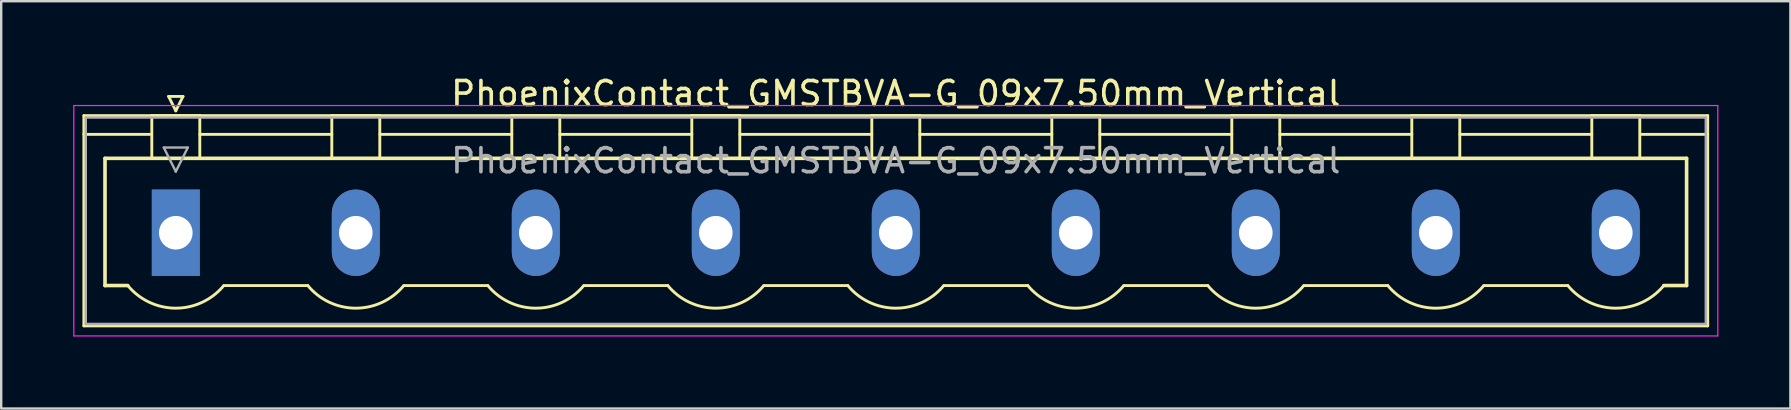
<source format=kicad_pcb>
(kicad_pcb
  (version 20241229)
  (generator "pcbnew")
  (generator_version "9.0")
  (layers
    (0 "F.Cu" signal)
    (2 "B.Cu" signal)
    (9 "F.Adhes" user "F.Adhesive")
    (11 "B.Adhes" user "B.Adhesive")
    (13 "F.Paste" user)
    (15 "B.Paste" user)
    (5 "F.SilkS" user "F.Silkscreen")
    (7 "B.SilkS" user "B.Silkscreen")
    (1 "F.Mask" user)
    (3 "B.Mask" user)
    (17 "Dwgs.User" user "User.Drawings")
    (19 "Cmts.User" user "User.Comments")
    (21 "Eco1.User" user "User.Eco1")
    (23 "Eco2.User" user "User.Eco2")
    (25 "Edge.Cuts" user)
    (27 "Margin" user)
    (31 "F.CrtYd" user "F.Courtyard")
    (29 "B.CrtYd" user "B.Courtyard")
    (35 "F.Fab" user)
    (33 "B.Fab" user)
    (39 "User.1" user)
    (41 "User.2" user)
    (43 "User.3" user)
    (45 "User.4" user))
  (footprint "PhoenixContact_GMSTBVA-G_09x7.50mm_Vertical"
    (layer "F.Cu")
    (at 4.275 6.648)
    (property "Reference" "PhoenixContact_GMSTBVA-G_09x7.50mm_Vertical" (at 30 -5.8 0) (layer "F.SilkS") (effects (font (size 1 1) (thickness 0.15))))
    (attr through_hole)
    (fp_line (start -3.83 -4.88) (end -3.83 3.88) (stroke (width 0.12) (type solid)) (layer "F.SilkS"))
    (fp_line (start -3.83 -4.1) (end -1.08 -4.1) (stroke (width 0.12) (type solid)) (layer "F.SilkS"))
    (fp_line (start -3.83 3.88) (end 63.83 3.88) (stroke (width 0.12) (type solid)) (layer "F.SilkS"))
    (fp_line (start -2.95 -3.1) (end 62.95 -3.1) (stroke (width 0.15) (type solid)) (layer "F.SilkS"))
    (fp_line (start -2.95 2.2) (end -2.95 -3.1) (stroke (width 0.15) (type solid)) (layer "F.SilkS"))
    (fp_line (start -2 2.2) (end -2.95 2.2) (stroke (width 0.15) (type solid)) (layer "F.SilkS"))
    (fp_line (start -1 -4.88) (end 1 -4.88) (stroke (width 0.12) (type solid)) (layer "F.SilkS"))
    (fp_line (start -1 -3.1) (end -1 -4.88) (stroke (width 0.12) (type solid)) (layer "F.SilkS"))
    (fp_line (start -0.3 -5.68) (end 0.3 -5.68) (stroke (width 0.12) (type solid)) (layer "F.SilkS"))
    (fp_line (start 0 -5.08) (end -0.3 -5.68) (stroke (width 0.12) (type solid)) (layer "F.SilkS"))
    (fp_line (start 0.3 -5.68) (end 0 -5.08) (stroke (width 0.12) (type solid)) (layer "F.SilkS"))
    (fp_line (start 1 -4.88) (end 1 -3.1) (stroke (width 0.12) (type solid)) (layer "F.SilkS"))
    (fp_line (start 1 -4.1) (end 6.5 -4.1) (stroke (width 0.12) (type solid)) (layer "F.SilkS"))
    (fp_line (start 1 -3.1) (end -1 -3.1) (stroke (width 0.12) (type solid)) (layer "F.SilkS"))
    (fp_line (start 2 2.2) (end 5.5 2.2) (stroke (width 0.12) (type solid)) (layer "F.SilkS"))
    (fp_line (start 6.5 -4.88) (end 8.5 -4.88) (stroke (width 0.12) (type solid)) (layer "F.SilkS"))
    (fp_line (start 6.5 -3.1) (end 6.5 -4.88) (stroke (width 0.12) (type solid)) (layer "F.SilkS"))
    (fp_line (start 8.5 -4.88) (end 8.5 -3.1) (stroke (width 0.12) (type solid)) (layer "F.SilkS"))
    (fp_line (start 8.5 -4.1) (end 14 -4.1) (stroke (width 0.12) (type solid)) (layer "F.SilkS"))
    (fp_line (start 8.5 -3.1) (end 6.5 -3.1) (stroke (width 0.12) (type solid)) (layer "F.SilkS"))
    (fp_line (start 9.5 2.2) (end 13 2.2) (stroke (width 0.12) (type solid)) (layer "F.SilkS"))
    (fp_line (start 14 -4.88) (end 16 -4.88) (stroke (width 0.12) (type solid)) (layer "F.SilkS"))
    (fp_line (start 14 -3.1) (end 14 -4.88) (stroke (width 0.12) (type solid)) (layer "F.SilkS"))
    (fp_line (start 16 -4.88) (end 16 -3.1) (stroke (width 0.12) (type solid)) (layer "F.SilkS"))
    (fp_line (start 16 -4.1) (end 21.5 -4.1) (stroke (width 0.12) (type solid)) (layer "F.SilkS"))
    (fp_line (start 16 -3.1) (end 14 -3.1) (stroke (width 0.12) (type solid)) (layer "F.SilkS"))
    (fp_line (start 17 2.2) (end 20.5 2.2) (stroke (width 0.12) (type solid)) (layer "F.SilkS"))
    (fp_line (start 21.5 -4.88) (end 23.5 -4.88) (stroke (width 0.12) (type solid)) (layer "F.SilkS"))
    (fp_line (start 21.5 -3.1) (end 21.5 -4.88) (stroke (width 0.12) (type solid)) (layer "F.SilkS"))
    (fp_line (start 23.5 -4.88) (end 23.5 -3.1) (stroke (width 0.12) (type solid)) (layer "F.SilkS"))
    (fp_line (start 23.5 -4.1) (end 29 -4.1) (stroke (width 0.12) (type solid)) (layer "F.SilkS"))
    (fp_line (start 23.5 -3.1) (end 21.5 -3.1) (stroke (width 0.12) (type solid)) (layer "F.SilkS"))
    (fp_line (start 24.5 2.2) (end 28 2.2) (stroke (width 0.12) (type solid)) (layer "F.SilkS"))
    (fp_line (start 29 -4.88) (end 31 -4.88) (stroke (width 0.12) (type solid)) (layer "F.SilkS"))
    (fp_line (start 29 -3.1) (end 29 -4.88) (stroke (width 0.12) (type solid)) (layer "F.SilkS"))
    (fp_line (start 31 -4.88) (end 31 -3.1) (stroke (width 0.12) (type solid)) (layer "F.SilkS"))
    (fp_line (start 31 -4.1) (end 36.5 -4.1) (stroke (width 0.12) (type solid)) (layer "F.SilkS"))
    (fp_line (start 31 -3.1) (end 29 -3.1) (stroke (width 0.12) (type solid)) (layer "F.SilkS"))
    (fp_line (start 32 2.2) (end 35.5 2.2) (stroke (width 0.12) (type solid)) (layer "F.SilkS"))
    (fp_line (start 36.5 -4.88) (end 38.5 -4.88) (stroke (width 0.12) (type solid)) (layer "F.SilkS"))
    (fp_line (start 36.5 -3.1) (end 36.5 -4.88) (stroke (width 0.12) (type solid)) (layer "F.SilkS"))
    (fp_line (start 38.5 -4.88) (end 38.5 -3.1) (stroke (width 0.12) (type solid)) (layer "F.SilkS"))
    (fp_line (start 38.5 -4.1) (end 44 -4.1) (stroke (width 0.12) (type solid)) (layer "F.SilkS"))
    (fp_line (start 38.5 -3.1) (end 36.5 -3.1) (stroke (width 0.12) (type solid)) (layer "F.SilkS"))
    (fp_line (start 39.5 2.2) (end 43 2.2) (stroke (width 0.12) (type solid)) (layer "F.SilkS"))
    (fp_line (start 44 -4.88) (end 46 -4.88) (stroke (width 0.12) (type solid)) (layer "F.SilkS"))
    (fp_line (start 44 -3.1) (end 44 -4.88) (stroke (width 0.12) (type solid)) (layer "F.SilkS"))
    (fp_line (start 46 -4.88) (end 46 -3.1) (stroke (width 0.12) (type solid)) (layer "F.SilkS"))
    (fp_line (start 46 -4.1) (end 51.5 -4.1) (stroke (width 0.12) (type solid)) (layer "F.SilkS"))
    (fp_line (start 46 -3.1) (end 44 -3.1) (stroke (width 0.12) (type solid)) (layer "F.SilkS"))
    (fp_line (start 47 2.2) (end 50.5 2.2) (stroke (width 0.12) (type solid)) (layer "F.SilkS"))
    (fp_line (start 51.5 -4.88) (end 53.5 -4.88) (stroke (width 0.12) (type solid)) (layer "F.SilkS"))
    (fp_line (start 51.5 -3.1) (end 51.5 -4.88) (stroke (width 0.12) (type solid)) (layer "F.SilkS"))
    (fp_line (start 53.5 -4.88) (end 53.5 -3.1) (stroke (width 0.12) (type solid)) (layer "F.SilkS"))
    (fp_line (start 53.5 -4.1) (end 59 -4.1) (stroke (width 0.12) (type solid)) (layer "F.SilkS"))
    (fp_line (start 53.5 -3.1) (end 51.5 -3.1) (stroke (width 0.12) (type solid)) (layer "F.SilkS"))
    (fp_line (start 54.5 2.2) (end 58 2.2) (stroke (width 0.12) (type solid)) (layer "F.SilkS"))
    (fp_line (start 59 -4.88) (end 61 -4.88) (stroke (width 0.12) (type solid)) (layer "F.SilkS"))
    (fp_line (start 59 -3.1) (end 59 -4.88) (stroke (width 0.12) (type solid)) (layer "F.SilkS"))
    (fp_line (start 61 -4.88) (end 61 -3.1) (stroke (width 0.12) (type solid)) (layer "F.SilkS"))
    (fp_line (start 61 -3.1) (end 59 -3.1) (stroke (width 0.12) (type solid)) (layer "F.SilkS"))
    (fp_line (start 62.95 -3.1) (end 62.95 2.2) (stroke (width 0.15) (type solid)) (layer "F.SilkS"))
    (fp_line (start 62.95 2.2) (end 62 2.2) (stroke (width 0.15) (type solid)) (layer "F.SilkS"))
    (fp_line (start 63.83 -4.88) (end -3.83 -4.88) (stroke (width 0.12) (type solid)) (layer "F.SilkS"))
    (fp_line (start 63.83 -4.1) (end 61.08 -4.1) (stroke (width 0.12) (type solid)) (layer "F.SilkS"))
    (fp_line (start 63.83 3.88) (end 63.83 -4.88) (stroke (width 0.12) (type solid)) (layer "F.SilkS"))
    (fp_arc (start 1.986842 2.215821) (mid -0.010289 3.142758) (end -2 2.2) (stroke (width 0.12) (type solid)) (layer "F.SilkS"))
    (fp_arc (start 9.486842 2.215821) (mid 7.489711 3.142758) (end 5.5 2.2) (stroke (width 0.12) (type solid)) (layer "F.SilkS"))
    (fp_arc (start 16.986842 2.215821) (mid 14.989711 3.142758) (end 13 2.2) (stroke (width 0.12) (type solid)) (layer "F.SilkS"))
    (fp_arc (start 24.486842 2.215821) (mid 22.489711 3.142758) (end 20.5 2.2) (stroke (width 0.12) (type solid)) (layer "F.SilkS"))
    (fp_arc (start 31.986842 2.215821) (mid 29.989711 3.142758) (end 28 2.2) (stroke (width 0.12) (type solid)) (layer "F.SilkS"))
    (fp_arc (start 39.486842 2.215821) (mid 37.489711 3.142758) (end 35.5 2.2) (stroke (width 0.12) (type solid)) (layer "F.SilkS"))
    (fp_arc (start 46.986842 2.215821) (mid 44.989711 3.142758) (end 43 2.2) (stroke (width 0.12) (type solid)) (layer "F.SilkS"))
    (fp_arc (start 54.486842 2.215821) (mid 52.489711 3.142758) (end 50.5 2.2) (stroke (width 0.12) (type solid)) (layer "F.SilkS"))
    (fp_arc (start 61.986842 2.215821) (mid 59.989711 3.142758) (end 58 2.2) (stroke (width 0.12) (type solid)) (layer "F.SilkS"))
    (fp_line (start -4.25 -5.3) (end -4.25 4.3) (stroke (width 0.05) (type solid)) (layer "F.CrtYd"))
    (fp_line (start -4.25 4.3) (end 64.25 4.3) (stroke (width 0.05) (type solid)) (layer "F.CrtYd"))
    (fp_line (start 64.25 -5.3) (end -4.25 -5.3) (stroke (width 0.05) (type solid)) (layer "F.CrtYd"))
    (fp_line (start 64.25 4.3) (end 64.25 -5.3) (stroke (width 0.05) (type solid)) (layer "F.CrtYd"))
    (fp_line (start -3.75 -4.8) (end -3.75 3.8) (stroke (width 0.1) (type solid)) (layer "F.Fab"))
    (fp_line (start -3.75 3.8) (end 63.75 3.8) (stroke (width 0.1) (type solid)) (layer "F.Fab"))
    (fp_line (start -0.5 -3.55) (end 0.5 -3.55) (stroke (width 0.1) (type solid)) (layer "F.Fab"))
    (fp_line (start 0 -2.55) (end -0.5 -3.55) (stroke (width 0.1) (type solid)) (layer "F.Fab"))
    (fp_line (start 0.5 -3.55) (end 0 -2.55) (stroke (width 0.1) (type solid)) (layer "F.Fab"))
    (fp_line (start 63.75 -4.8) (end -3.75 -4.8) (stroke (width 0.1) (type solid)) (layer "F.Fab"))
    (fp_line (start 63.75 3.8) (end 63.75 -4.8) (stroke (width 0.1) (type solid)) (layer "F.Fab"))
    (fp_text user "${REFERENCE}" (at 30 -3 0) (layer "F.Fab") (effects (font (size 1 1) (thickness 0.15))))
    (pad "1" thru_hole rect (at 0 0) (size 2 3.6) (drill 1.4) (layers "*.Cu" "*.Mask"))
    (pad "2" thru_hole oval (at 7.5 0) (size 2 3.6) (drill 1.4) (layers "*.Cu" "*.Mask"))
    (pad "3" thru_hole oval (at 15 0) (size 2 3.6) (drill 1.4) (layers "*.Cu" "*.Mask"))
    (pad "4" thru_hole oval (at 22.5 0) (size 2 3.6) (drill 1.4) (layers "*.Cu" "*.Mask"))
    (pad "5" thru_hole oval (at 30 0) (size 2 3.6) (drill 1.4) (layers "*.Cu" "*.Mask"))
    (pad "6" thru_hole oval (at 37.5 0) (size 2 3.6) (drill 1.4) (layers "*.Cu" "*.Mask"))
    (pad "7" thru_hole oval (at 45 0) (size 2 3.6) (drill 1.4) (layers "*.Cu" "*.Mask"))
    (pad "8" thru_hole oval (at 52.5 0) (size 2 3.6) (drill 1.4) (layers "*.Cu" "*.Mask"))
    (pad "9" thru_hole oval (at 60 0) (size 2 3.6) (drill 1.4) (layers "*.Cu" "*.Mask")))
  (gr_rect
    (start -3 -3)
    (end 71.55 13.973)
    (stroke (width 0.1) (type default))
    (fill no)
    (layer "Edge.Cuts")))
</source>
